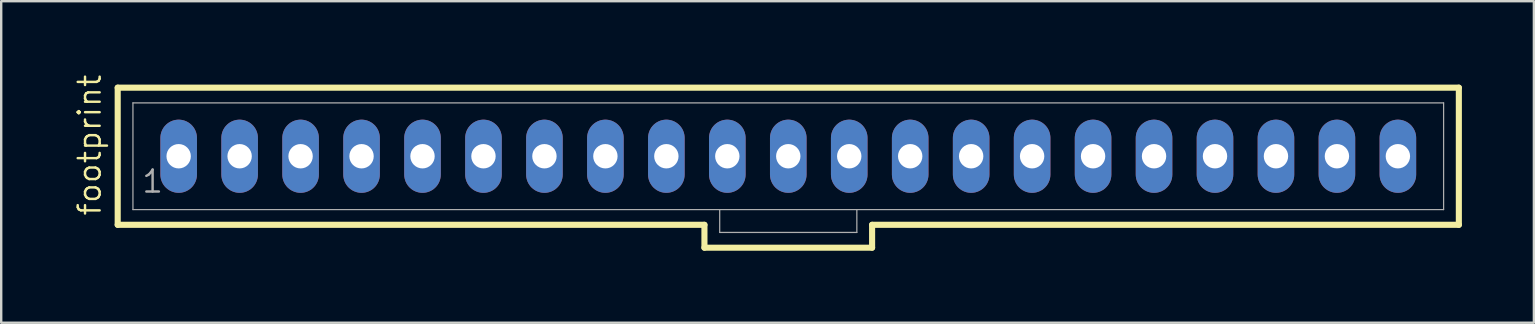
<source format=kicad_pcb>
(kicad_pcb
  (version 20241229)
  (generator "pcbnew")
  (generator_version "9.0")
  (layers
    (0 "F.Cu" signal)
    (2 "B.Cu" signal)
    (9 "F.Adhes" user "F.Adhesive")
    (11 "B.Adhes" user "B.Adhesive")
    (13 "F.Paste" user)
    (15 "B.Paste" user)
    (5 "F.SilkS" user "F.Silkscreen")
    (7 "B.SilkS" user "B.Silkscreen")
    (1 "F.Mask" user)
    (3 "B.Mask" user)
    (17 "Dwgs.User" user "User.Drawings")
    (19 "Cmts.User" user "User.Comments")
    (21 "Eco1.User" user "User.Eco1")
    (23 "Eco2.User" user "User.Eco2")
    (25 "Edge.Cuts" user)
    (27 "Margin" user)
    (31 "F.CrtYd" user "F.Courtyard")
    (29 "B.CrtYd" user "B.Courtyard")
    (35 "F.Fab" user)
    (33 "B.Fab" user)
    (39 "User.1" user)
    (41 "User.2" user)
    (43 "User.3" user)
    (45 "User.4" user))
  (footprint "footprint"
    (layer "F.Cu")
    (at 29.794 3.46)
    (property "Reference" "footprint" (at -28.575 2.54 90) (layer "F.SilkS") (effects (font (size 0.914 0.914) (thickness 0.102)) (justify left bottom)))
    (fp_line (start -27.94 -2.857) (end -27.94 2.857) (stroke (width 0.254) (type solid)) (layer "F.SilkS"))
    (fp_line (start -27.94 2.857) (end -3.493 2.857) (stroke (width 0.254) (type solid)) (layer "F.SilkS"))
    (fp_line (start -3.493 2.857) (end -3.493 3.81) (stroke (width 0.254) (type solid)) (layer "F.SilkS"))
    (fp_line (start -3.493 3.81) (end 3.493 3.81) (stroke (width 0.254) (type solid)) (layer "F.SilkS"))
    (fp_line (start 3.493 2.857) (end 27.94 2.857) (stroke (width 0.254) (type solid)) (layer "F.SilkS"))
    (fp_line (start 3.493 3.81) (end 3.493 2.857) (stroke (width 0.254) (type solid)) (layer "F.SilkS"))
    (fp_line (start 27.94 -2.857) (end -27.94 -2.857) (stroke (width 0.254) (type solid)) (layer "F.SilkS"))
    (fp_line (start 27.94 2.857) (end 27.94 -2.857) (stroke (width 0.254) (type solid)) (layer "F.SilkS"))
    (fp_line (start -27.305 -2.223) (end -27.305 2.223) (stroke (width 0.051) (type solid)) (layer "F.Fab"))
    (fp_line (start -27.305 -2.223) (end 27.305 -2.223) (stroke (width 0.051) (type solid)) (layer "F.Fab"))
    (fp_line (start -27.305 2.223) (end -2.857 2.223) (stroke (width 0.051) (type solid)) (layer "F.Fab"))
    (fp_line (start -2.857 2.223) (end -2.857 3.175) (stroke (width 0.051) (type solid)) (layer "F.Fab"))
    (fp_line (start -2.857 2.223) (end 2.857 2.223) (stroke (width 0.051) (type solid)) (layer "F.Fab"))
    (fp_line (start 2.857 2.223) (end 2.857 3.175) (stroke (width 0.051) (type solid)) (layer "F.Fab"))
    (fp_line (start 2.857 2.223) (end 27.305 2.223) (stroke (width 0.051) (type solid)) (layer "F.Fab"))
    (fp_line (start 2.857 3.175) (end -2.857 3.175) (stroke (width 0.051) (type solid)) (layer "F.Fab"))
    (fp_line (start 27.305 -2.223) (end 27.305 2.223) (stroke (width 0.051) (type solid)) (layer "F.Fab"))
    (fp_poly (pts (xy -25.638 0.238) (xy -25.162 0.238) (xy -25.162 -0.238) (xy -25.638 -0.238)) (stroke (width 0.1) (type solid)) (fill no) (layer "F.Fab"))
    (fp_poly (pts (xy -23.098 0.238) (xy -22.622 0.238) (xy -22.622 -0.238) (xy -23.098 -0.238)) (stroke (width 0.1) (type solid)) (fill no) (layer "F.Fab"))
    (fp_poly (pts (xy -20.558 0.238) (xy -20.082 0.238) (xy -20.082 -0.238) (xy -20.558 -0.238)) (stroke (width 0.1) (type solid)) (fill no) (layer "F.Fab"))
    (fp_poly (pts (xy -18.018 0.238) (xy -17.542 0.238) (xy -17.542 -0.238) (xy -18.018 -0.238)) (stroke (width 0.1) (type solid)) (fill no) (layer "F.Fab"))
    (fp_poly (pts (xy -15.478 0.238) (xy -15.002 0.238) (xy -15.002 -0.238) (xy -15.478 -0.238)) (stroke (width 0.1) (type solid)) (fill no) (layer "F.Fab"))
    (fp_poly (pts (xy -12.938 0.238) (xy -12.462 0.238) (xy -12.462 -0.238) (xy -12.938 -0.238)) (stroke (width 0.1) (type solid)) (fill no) (layer "F.Fab"))
    (fp_poly (pts (xy -10.398 0.238) (xy -9.922 0.238) (xy -9.922 -0.238) (xy -10.398 -0.238)) (stroke (width 0.1) (type solid)) (fill no) (layer "F.Fab"))
    (fp_poly (pts (xy -7.858 0.238) (xy -7.382 0.238) (xy -7.382 -0.238) (xy -7.858 -0.238)) (stroke (width 0.1) (type solid)) (fill no) (layer "F.Fab"))
    (fp_poly (pts (xy -5.318 0.238) (xy -4.842 0.238) (xy -4.842 -0.238) (xy -5.318 -0.238)) (stroke (width 0.1) (type solid)) (fill no) (layer "F.Fab"))
    (fp_poly (pts (xy -2.778 0.238) (xy -2.302 0.238) (xy -2.302 -0.238) (xy -2.778 -0.238)) (stroke (width 0.1) (type solid)) (fill no) (layer "F.Fab"))
    (fp_poly (pts (xy -0.238 0.238) (xy 0.238 0.238) (xy 0.238 -0.238) (xy -0.238 -0.238)) (stroke (width 0.1) (type solid)) (fill no) (layer "F.Fab"))
    (fp_poly (pts (xy 2.302 0.238) (xy 2.778 0.238) (xy 2.778 -0.238) (xy 2.302 -0.238)) (stroke (width 0.1) (type solid)) (fill no) (layer "F.Fab"))
    (fp_poly (pts (xy 4.842 0.238) (xy 5.318 0.238) (xy 5.318 -0.238) (xy 4.842 -0.238)) (stroke (width 0.1) (type solid)) (fill no) (layer "F.Fab"))
    (fp_poly (pts (xy 7.382 0.238) (xy 7.858 0.238) (xy 7.858 -0.238) (xy 7.382 -0.238)) (stroke (width 0.1) (type solid)) (fill no) (layer "F.Fab"))
    (fp_poly (pts (xy 9.922 0.238) (xy 10.398 0.238) (xy 10.398 -0.238) (xy 9.922 -0.238)) (stroke (width 0.1) (type solid)) (fill no) (layer "F.Fab"))
    (fp_poly (pts (xy 12.462 0.238) (xy 12.938 0.238) (xy 12.938 -0.238) (xy 12.462 -0.238)) (stroke (width 0.1) (type solid)) (fill no) (layer "F.Fab"))
    (fp_poly (pts (xy 15.002 0.238) (xy 15.478 0.238) (xy 15.478 -0.238) (xy 15.002 -0.238)) (stroke (width 0.1) (type solid)) (fill no) (layer "F.Fab"))
    (fp_poly (pts (xy 17.542 0.238) (xy 18.018 0.238) (xy 18.018 -0.238) (xy 17.542 -0.238)) (stroke (width 0.1) (type solid)) (fill no) (layer "F.Fab"))
    (fp_poly (pts (xy 20.082 0.238) (xy 20.558 0.238) (xy 20.558 -0.238) (xy 20.082 -0.238)) (stroke (width 0.1) (type solid)) (fill no) (layer "F.Fab"))
    (fp_poly (pts (xy 22.622 0.238) (xy 23.098 0.238) (xy 23.098 -0.238) (xy 22.622 -0.238)) (stroke (width 0.1) (type solid)) (fill no) (layer "F.Fab"))
    (fp_poly (pts (xy 25.162 0.238) (xy 25.638 0.238) (xy 25.638 -0.238) (xy 25.162 -0.238)) (stroke (width 0.1) (type solid)) (fill no) (layer "F.Fab"))
    (fp_text user "1" (at -26.988 1.587 0) (layer "F.Fab") (effects (font (size 0.914 0.914) (thickness 0.102)) (justify left bottom)))
    (pad "1" thru_hole oval (at -25.4 0 90) (size 3.048 1.524) (drill 1.016) (layers "*.Cu" "*.Mask"))
    (pad "2" thru_hole oval (at -22.86 0 90) (size 3.048 1.524) (drill 1.016) (layers "*.Cu" "*.Mask"))
    (pad "3" thru_hole oval (at -20.32 0 90) (size 3.048 1.524) (drill 1.016) (layers "*.Cu" "*.Mask"))
    (pad "4" thru_hole oval (at -17.78 0 90) (size 3.048 1.524) (drill 1.016) (layers "*.Cu" "*.Mask"))
    (pad "5" thru_hole oval (at -15.24 0 90) (size 3.048 1.524) (drill 1.016) (layers "*.Cu" "*.Mask"))
    (pad "6" thru_hole oval (at -12.7 0 90) (size 3.048 1.524) (drill 1.016) (layers "*.Cu" "*.Mask"))
    (pad "7" thru_hole oval (at -10.16 0 90) (size 3.048 1.524) (drill 1.016) (layers "*.Cu" "*.Mask"))
    (pad "8" thru_hole oval (at -7.62 0 90) (size 3.048 1.524) (drill 1.016) (layers "*.Cu" "*.Mask"))
    (pad "9" thru_hole oval (at -5.08 0 90) (size 3.048 1.524) (drill 1.016) (layers "*.Cu" "*.Mask"))
    (pad "10" thru_hole oval (at -2.54 0 90) (size 3.048 1.524) (drill 1.016) (layers "*.Cu" "*.Mask"))
    (pad "11" thru_hole oval (at 0 0 90) (size 3.048 1.524) (drill 1.016) (layers "*.Cu" "*.Mask"))
    (pad "12" thru_hole oval (at 2.54 0 90) (size 3.048 1.524) (drill 1.016) (layers "*.Cu" "*.Mask"))
    (pad "13" thru_hole oval (at 5.08 0 90) (size 3.048 1.524) (drill 1.016) (layers "*.Cu" "*.Mask"))
    (pad "14" thru_hole oval (at 7.62 0 90) (size 3.048 1.524) (drill 1.016) (layers "*.Cu" "*.Mask"))
    (pad "15" thru_hole oval (at 10.16 0 90) (size 3.048 1.524) (drill 1.016) (layers "*.Cu" "*.Mask"))
    (pad "16" thru_hole oval (at 12.7 0 90) (size 3.048 1.524) (drill 1.016) (layers "*.Cu" "*.Mask"))
    (pad "17" thru_hole oval (at 15.24 0 90) (size 3.048 1.524) (drill 1.016) (layers "*.Cu" "*.Mask"))
    (pad "18" thru_hole oval (at 17.78 0 90) (size 3.048 1.524) (drill 1.016) (layers "*.Cu" "*.Mask"))
    (pad "19" thru_hole oval (at 20.32 0 90) (size 3.048 1.524) (drill 1.016) (layers "*.Cu" "*.Mask"))
    (pad "20" thru_hole oval (at 22.86 0 90) (size 3.048 1.524) (drill 1.016) (layers "*.Cu" "*.Mask"))
    (pad "21" thru_hole oval (at 25.4 0 90) (size 3.048 1.524) (drill 1.016) (layers "*.Cu" "*.Mask")))
  (gr_rect
    (start -3 -3)
    (end 60.861 10.397)
    (stroke (width 0.1) (type default))
    (fill no)
    (layer "Edge.Cuts")))
</source>
